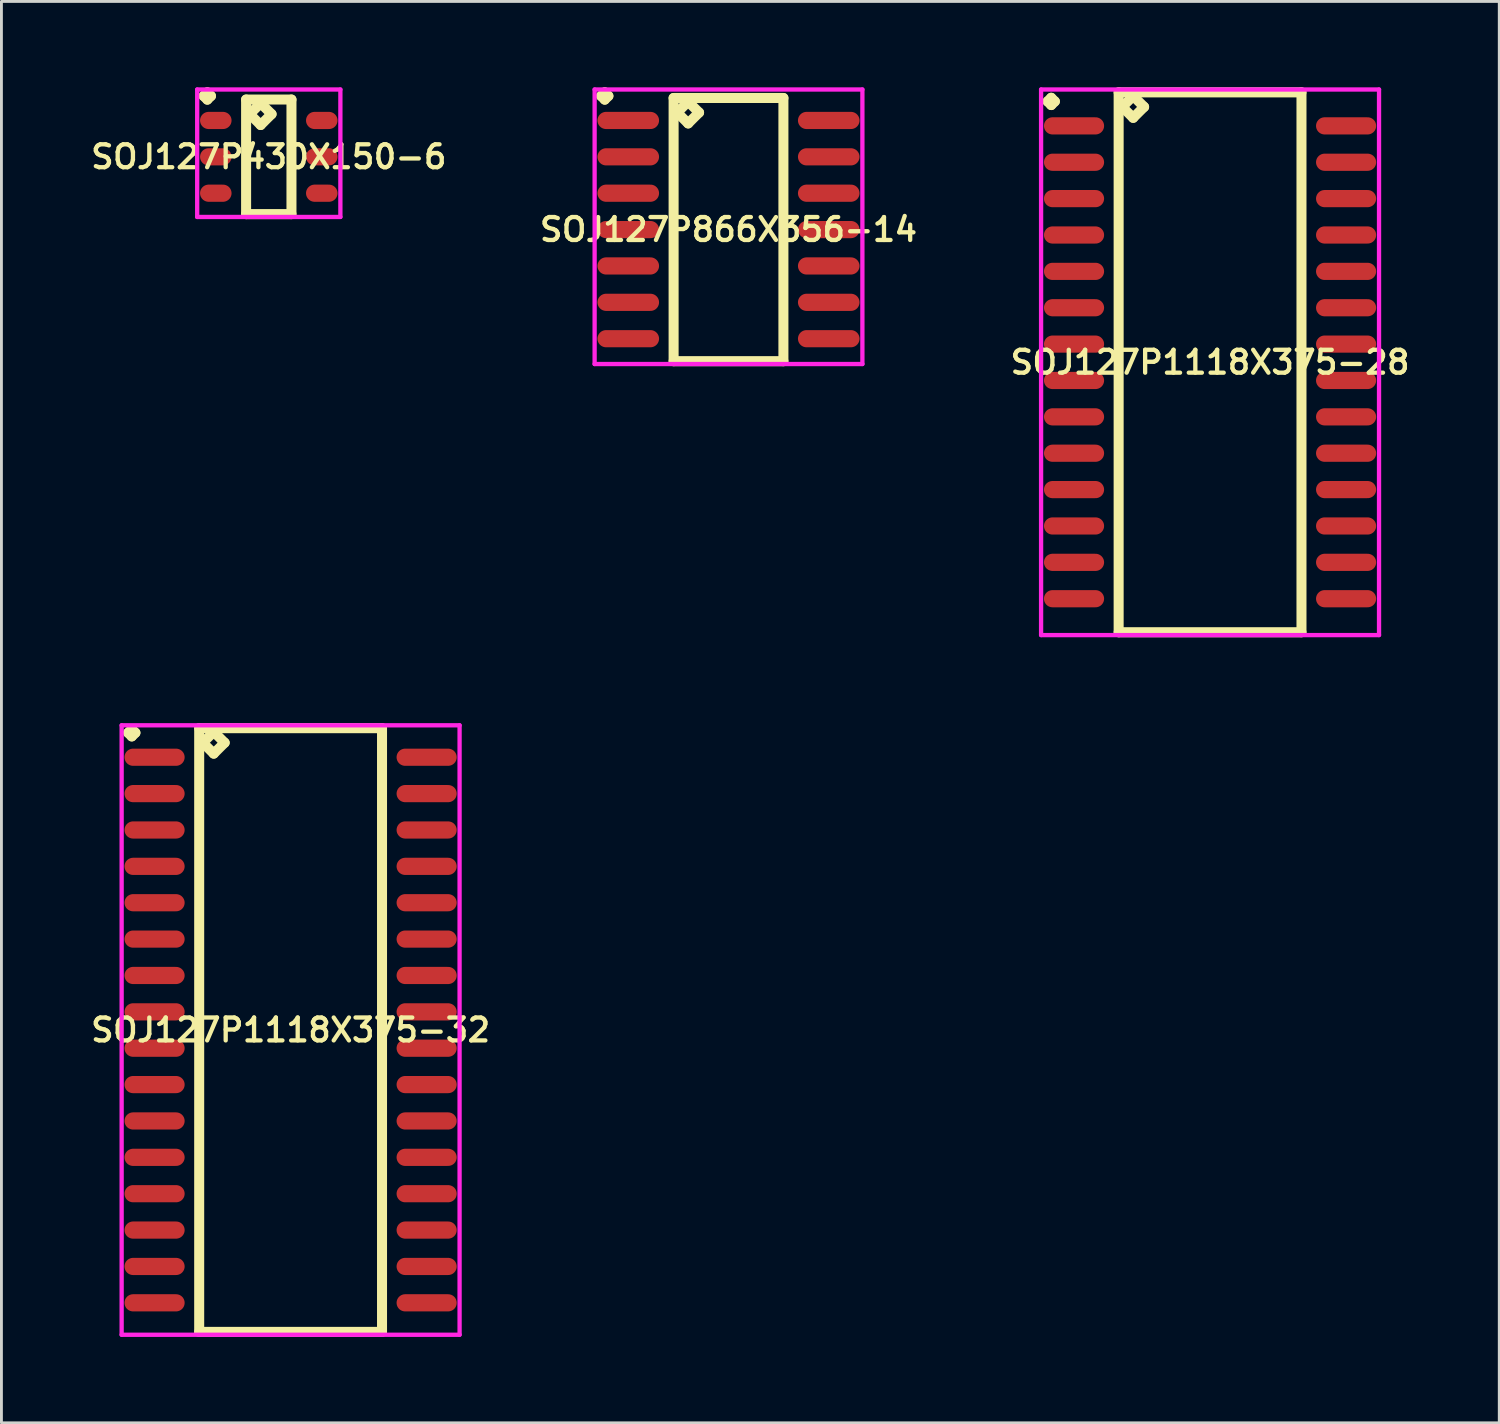
<source format=kicad_pcb>
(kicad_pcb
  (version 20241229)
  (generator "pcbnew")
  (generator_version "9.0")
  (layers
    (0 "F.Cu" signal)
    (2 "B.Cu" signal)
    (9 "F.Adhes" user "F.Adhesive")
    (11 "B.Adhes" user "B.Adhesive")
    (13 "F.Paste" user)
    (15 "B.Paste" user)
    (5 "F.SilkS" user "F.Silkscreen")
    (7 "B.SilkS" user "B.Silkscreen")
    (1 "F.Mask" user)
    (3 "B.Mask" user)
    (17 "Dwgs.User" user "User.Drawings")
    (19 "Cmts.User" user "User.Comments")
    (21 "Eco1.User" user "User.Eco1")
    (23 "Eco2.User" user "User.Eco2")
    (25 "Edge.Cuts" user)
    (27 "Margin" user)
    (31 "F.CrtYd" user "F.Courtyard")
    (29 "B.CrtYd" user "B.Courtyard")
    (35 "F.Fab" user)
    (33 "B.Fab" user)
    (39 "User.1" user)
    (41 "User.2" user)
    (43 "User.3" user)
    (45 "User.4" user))
  (footprint "SOJ127P430X150-6"
    (layer "F.Cu")
    (at 6.335 2.426)
    (property "Reference" "SOJ127P430X150-6" (at 0 0 0) (layer "F.SilkS") (effects (font (size 0.8 0.8) (thickness 0.15))))
    (attr smd)
    (fp_line (start -2.273 -2.124) (end -2.146 -2.251) (stroke (width 0.35) (type solid)) (layer "F.SilkS"))
    (fp_line (start -2.146 -2.251) (end -2.019 -2.124) (stroke (width 0.35) (type solid)) (layer "F.SilkS"))
    (fp_line (start -2.146 -1.997) (end -2.273 -2.124) (stroke (width 0.35) (type solid)) (layer "F.SilkS"))
    (fp_line (start -2.019 -2.124) (end -2.146 -1.997) (stroke (width 0.35) (type solid)) (layer "F.SilkS"))
    (fp_line (start -0.792 -2) (end -0.792 2) (stroke (width 0.35) (type solid)) (layer "F.SilkS"))
    (fp_line (start -0.792 2) (end 0.792 2) (stroke (width 0.35) (type solid)) (layer "F.SilkS"))
    (fp_line (start -0.665 -1.492) (end -0.284 -1.873) (stroke (width 0.35) (type solid)) (layer "F.SilkS"))
    (fp_line (start -0.284 -1.873) (end 0.097 -1.492) (stroke (width 0.35) (type solid)) (layer "F.SilkS"))
    (fp_line (start -0.284 -1.111) (end -0.665 -1.492) (stroke (width 0.35) (type solid)) (layer "F.SilkS"))
    (fp_line (start 0.097 -1.492) (end -0.284 -1.111) (stroke (width 0.35) (type solid)) (layer "F.SilkS"))
    (fp_line (start 0.792 -2) (end -0.792 -2) (stroke (width 0.35) (type solid)) (layer "F.SilkS"))
    (fp_line (start 0.792 2) (end 0.792 -2) (stroke (width 0.35) (type solid)) (layer "F.SilkS"))
    (fp_line (start -2.5 -2.351) (end 2.5 -2.351) (stroke (width 0.15) (type solid)) (layer "F.CrtYd"))
    (fp_line (start -2.5 2.1) (end -2.5 -2.351) (stroke (width 0.15) (type solid)) (layer "F.CrtYd"))
    (fp_line (start 2.5 -2.351) (end 2.5 2.1) (stroke (width 0.15) (type solid)) (layer "F.CrtYd"))
    (fp_line (start 2.5 2.1) (end -2.5 2.1) (stroke (width 0.15) (type solid)) (layer "F.CrtYd"))
    (pad "1" smd oval (at -1.85 -1.27) (size 1.1 0.6) (layers "F.Cu" "F.Mask" "F.Paste"))
    (pad "2" smd oval (at -1.85 0) (size 1.1 0.6) (layers "F.Cu" "F.Mask" "F.Paste"))
    (pad "3" smd oval (at -1.85 1.27) (size 1.1 0.6) (layers "F.Cu" "F.Mask" "F.Paste"))
    (pad "4" smd oval (at 1.85 1.27) (size 1.1 0.6) (layers "F.Cu" "F.Mask" "F.Paste"))
    (pad "5" smd oval (at 1.85 0) (size 1.1 0.6) (layers "F.Cu" "F.Mask" "F.Paste"))
    (pad "6" smd oval (at 1.85 -1.27) (size 1.1 0.6) (layers "F.Cu" "F.Mask" "F.Paste")))
  (footprint "SOJ127P866X356-14"
    (layer "F.Cu")
    (at 22.387 4.966)
    (property "Reference" "SOJ127P866X356-14" (at 0 0 0) (layer "F.SilkS") (effects (font (size 0.8 0.8) (thickness 0.15))))
    (attr smd)
    (fp_line (start -4.448 -4.664) (end -4.321 -4.791) (stroke (width 0.35) (type solid)) (layer "F.SilkS"))
    (fp_line (start -4.321 -4.791) (end -4.194 -4.664) (stroke (width 0.35) (type solid)) (layer "F.SilkS"))
    (fp_line (start -4.321 -4.537) (end -4.448 -4.664) (stroke (width 0.35) (type solid)) (layer "F.SilkS"))
    (fp_line (start -4.194 -4.664) (end -4.321 -4.537) (stroke (width 0.35) (type solid)) (layer "F.SilkS"))
    (fp_line (start -1.917 -4.595) (end -1.917 4.595) (stroke (width 0.35) (type solid)) (layer "F.SilkS"))
    (fp_line (start -1.917 4.595) (end 1.917 4.595) (stroke (width 0.35) (type solid)) (layer "F.SilkS"))
    (fp_line (start -1.79 -4.087) (end -1.409 -4.468) (stroke (width 0.35) (type solid)) (layer "F.SilkS"))
    (fp_line (start -1.409 -4.468) (end -1.028 -4.087) (stroke (width 0.35) (type solid)) (layer "F.SilkS"))
    (fp_line (start -1.409 -3.706) (end -1.79 -4.087) (stroke (width 0.35) (type solid)) (layer "F.SilkS"))
    (fp_line (start -1.028 -4.087) (end -1.409 -3.706) (stroke (width 0.35) (type solid)) (layer "F.SilkS"))
    (fp_line (start 1.917 -4.595) (end -1.917 -4.595) (stroke (width 0.35) (type solid)) (layer "F.SilkS"))
    (fp_line (start 1.917 4.595) (end 1.917 -4.595) (stroke (width 0.35) (type solid)) (layer "F.SilkS"))
    (fp_line (start -4.675 -4.891) (end 4.675 -4.891) (stroke (width 0.15) (type solid)) (layer "F.CrtYd"))
    (fp_line (start -4.675 4.695) (end -4.675 -4.891) (stroke (width 0.15) (type solid)) (layer "F.CrtYd"))
    (fp_line (start 4.675 -4.891) (end 4.675 4.695) (stroke (width 0.15) (type solid)) (layer "F.CrtYd"))
    (fp_line (start 4.675 4.695) (end -4.675 4.695) (stroke (width 0.15) (type solid)) (layer "F.CrtYd"))
    (pad "1" smd oval (at -3.5 -3.81) (size 2.15 0.6) (layers "F.Cu" "F.Mask" "F.Paste"))
    (pad "2" smd oval (at -3.5 -2.54) (size 2.15 0.6) (layers "F.Cu" "F.Mask" "F.Paste"))
    (pad "3" smd oval (at -3.5 -1.27) (size 2.15 0.6) (layers "F.Cu" "F.Mask" "F.Paste"))
    (pad "4" smd oval (at -3.5 0) (size 2.15 0.6) (layers "F.Cu" "F.Mask" "F.Paste"))
    (pad "5" smd oval (at -3.5 1.27) (size 2.15 0.6) (layers "F.Cu" "F.Mask" "F.Paste"))
    (pad "6" smd oval (at -3.5 2.54) (size 2.15 0.6) (layers "F.Cu" "F.Mask" "F.Paste"))
    (pad "7" smd oval (at -3.5 3.81) (size 2.15 0.6) (layers "F.Cu" "F.Mask" "F.Paste"))
    (pad "8" smd oval (at 3.5 3.81) (size 2.15 0.6) (layers "F.Cu" "F.Mask" "F.Paste"))
    (pad "9" smd oval (at 3.5 2.54) (size 2.15 0.6) (layers "F.Cu" "F.Mask" "F.Paste"))
    (pad "10" smd oval (at 3.5 1.27) (size 2.15 0.6) (layers "F.Cu" "F.Mask" "F.Paste"))
    (pad "11" smd oval (at 3.5 0) (size 2.15 0.6) (layers "F.Cu" "F.Mask" "F.Paste"))
    (pad "12" smd oval (at 3.5 -1.27) (size 2.15 0.6) (layers "F.Cu" "F.Mask" "F.Paste"))
    (pad "13" smd oval (at 3.5 -2.54) (size 2.15 0.6) (layers "F.Cu" "F.Mask" "F.Paste"))
    (pad "14" smd oval (at 3.5 -3.81) (size 2.15 0.6) (layers "F.Cu" "F.Mask" "F.Paste")))
  (footprint "SOJ127P1118X375-28"
    (layer "F.Cu")
    (at 39.201 9.6)
    (property "Reference" "SOJ127P1118X375-28" (at 0 0 0) (layer "F.SilkS") (effects (font (size 0.8 0.8) (thickness 0.15))))
    (attr smd)
    (fp_line (start -5.673 -9.109) (end -5.546 -9.236) (stroke (width 0.35) (type solid)) (layer "F.SilkS"))
    (fp_line (start -5.546 -9.236) (end -5.419 -9.109) (stroke (width 0.35) (type solid)) (layer "F.SilkS"))
    (fp_line (start -5.546 -8.982) (end -5.673 -9.109) (stroke (width 0.35) (type solid)) (layer "F.SilkS"))
    (fp_line (start -5.419 -9.109) (end -5.546 -8.982) (stroke (width 0.35) (type solid)) (layer "F.SilkS"))
    (fp_line (start -3.192 -9.425) (end -3.192 9.425) (stroke (width 0.35) (type solid)) (layer "F.SilkS"))
    (fp_line (start -3.192 9.425) (end 3.192 9.425) (stroke (width 0.35) (type solid)) (layer "F.SilkS"))
    (fp_line (start -3.065 -8.917) (end -2.684 -9.298) (stroke (width 0.35) (type solid)) (layer "F.SilkS"))
    (fp_line (start -2.684 -9.298) (end -2.303 -8.917) (stroke (width 0.35) (type solid)) (layer "F.SilkS"))
    (fp_line (start -2.684 -8.536) (end -3.065 -8.917) (stroke (width 0.35) (type solid)) (layer "F.SilkS"))
    (fp_line (start -2.303 -8.917) (end -2.684 -8.536) (stroke (width 0.35) (type solid)) (layer "F.SilkS"))
    (fp_line (start 3.192 -9.425) (end -3.192 -9.425) (stroke (width 0.35) (type solid)) (layer "F.SilkS"))
    (fp_line (start 3.192 9.425) (end 3.192 -9.425) (stroke (width 0.35) (type solid)) (layer "F.SilkS"))
    (fp_line (start -5.9 -9.525) (end 5.9 -9.525) (stroke (width 0.15) (type solid)) (layer "F.CrtYd"))
    (fp_line (start -5.9 9.525) (end -5.9 -9.525) (stroke (width 0.15) (type solid)) (layer "F.CrtYd"))
    (fp_line (start 5.9 -9.525) (end 5.9 9.525) (stroke (width 0.15) (type solid)) (layer "F.CrtYd"))
    (fp_line (start 5.9 9.525) (end -5.9 9.525) (stroke (width 0.15) (type solid)) (layer "F.CrtYd"))
    (pad "1" smd oval (at -4.75 -8.255) (size 2.1 0.6) (layers "F.Cu" "F.Mask" "F.Paste"))
    (pad "2" smd oval (at -4.75 -6.985) (size 2.1 0.6) (layers "F.Cu" "F.Mask" "F.Paste"))
    (pad "3" smd oval (at -4.75 -5.715) (size 2.1 0.6) (layers "F.Cu" "F.Mask" "F.Paste"))
    (pad "4" smd oval (at -4.75 -4.445) (size 2.1 0.6) (layers "F.Cu" "F.Mask" "F.Paste"))
    (pad "5" smd oval (at -4.75 -3.175) (size 2.1 0.6) (layers "F.Cu" "F.Mask" "F.Paste"))
    (pad "6" smd oval (at -4.75 -1.905) (size 2.1 0.6) (layers "F.Cu" "F.Mask" "F.Paste"))
    (pad "7" smd oval (at -4.75 -0.635) (size 2.1 0.6) (layers "F.Cu" "F.Mask" "F.Paste"))
    (pad "8" smd oval (at -4.75 0.635) (size 2.1 0.6) (layers "F.Cu" "F.Mask" "F.Paste"))
    (pad "9" smd oval (at -4.75 1.905) (size 2.1 0.6) (layers "F.Cu" "F.Mask" "F.Paste"))
    (pad "10" smd oval (at -4.75 3.175) (size 2.1 0.6) (layers "F.Cu" "F.Mask" "F.Paste"))
    (pad "11" smd oval (at -4.75 4.445) (size 2.1 0.6) (layers "F.Cu" "F.Mask" "F.Paste"))
    (pad "12" smd oval (at -4.75 5.715) (size 2.1 0.6) (layers "F.Cu" "F.Mask" "F.Paste"))
    (pad "13" smd oval (at -4.75 6.985) (size 2.1 0.6) (layers "F.Cu" "F.Mask" "F.Paste"))
    (pad "14" smd oval (at -4.75 8.255) (size 2.1 0.6) (layers "F.Cu" "F.Mask" "F.Paste"))
    (pad "15" smd oval (at 4.75 8.255) (size 2.1 0.6) (layers "F.Cu" "F.Mask" "F.Paste"))
    (pad "16" smd oval (at 4.75 6.985) (size 2.1 0.6) (layers "F.Cu" "F.Mask" "F.Paste"))
    (pad "17" smd oval (at 4.75 5.715) (size 2.1 0.6) (layers "F.Cu" "F.Mask" "F.Paste"))
    (pad "18" smd oval (at 4.75 4.445) (size 2.1 0.6) (layers "F.Cu" "F.Mask" "F.Paste"))
    (pad "19" smd oval (at 4.75 3.175) (size 2.1 0.6) (layers "F.Cu" "F.Mask" "F.Paste"))
    (pad "20" smd oval (at 4.75 1.905) (size 2.1 0.6) (layers "F.Cu" "F.Mask" "F.Paste"))
    (pad "21" smd oval (at 4.75 0.635) (size 2.1 0.6) (layers "F.Cu" "F.Mask" "F.Paste"))
    (pad "22" smd oval (at 4.75 -0.635) (size 2.1 0.6) (layers "F.Cu" "F.Mask" "F.Paste"))
    (pad "23" smd oval (at 4.75 -1.905) (size 2.1 0.6) (layers "F.Cu" "F.Mask" "F.Paste"))
    (pad "24" smd oval (at 4.75 -3.175) (size 2.1 0.6) (layers "F.Cu" "F.Mask" "F.Paste"))
    (pad "25" smd oval (at 4.75 -4.445) (size 2.1 0.6) (layers "F.Cu" "F.Mask" "F.Paste"))
    (pad "26" smd oval (at 4.75 -5.715) (size 2.1 0.6) (layers "F.Cu" "F.Mask" "F.Paste"))
    (pad "27" smd oval (at 4.75 -6.985) (size 2.1 0.6) (layers "F.Cu" "F.Mask" "F.Paste"))
    (pad "28" smd oval (at 4.75 -8.255) (size 2.1 0.6) (layers "F.Cu" "F.Mask" "F.Paste")))
  (footprint "SOJ127P1118X375-32"
    (layer "F.Cu")
    (at 7.097 32.915)
    (property "Reference" "SOJ127P1118X375-32" (at 0 0 0) (layer "F.SilkS") (effects (font (size 0.8 0.8) (thickness 0.15))))
    (attr smd)
    (fp_line (start -5.673 -10.379) (end -5.546 -10.506) (stroke (width 0.35) (type solid)) (layer "F.SilkS"))
    (fp_line (start -5.546 -10.506) (end -5.419 -10.379) (stroke (width 0.35) (type solid)) (layer "F.SilkS"))
    (fp_line (start -5.546 -10.252) (end -5.673 -10.379) (stroke (width 0.35) (type solid)) (layer "F.SilkS"))
    (fp_line (start -5.419 -10.379) (end -5.546 -10.252) (stroke (width 0.35) (type solid)) (layer "F.SilkS"))
    (fp_line (start -3.192 -10.54) (end -3.192 10.54) (stroke (width 0.35) (type solid)) (layer "F.SilkS"))
    (fp_line (start -3.192 10.54) (end 3.192 10.54) (stroke (width 0.35) (type solid)) (layer "F.SilkS"))
    (fp_line (start -3.065 -10.032) (end -2.684 -10.413) (stroke (width 0.35) (type solid)) (layer "F.SilkS"))
    (fp_line (start -2.684 -10.413) (end -2.303 -10.032) (stroke (width 0.35) (type solid)) (layer "F.SilkS"))
    (fp_line (start -2.684 -9.651) (end -3.065 -10.032) (stroke (width 0.35) (type solid)) (layer "F.SilkS"))
    (fp_line (start -2.303 -10.032) (end -2.684 -9.651) (stroke (width 0.35) (type solid)) (layer "F.SilkS"))
    (fp_line (start 3.192 -10.54) (end -3.192 -10.54) (stroke (width 0.35) (type solid)) (layer "F.SilkS"))
    (fp_line (start 3.192 10.54) (end 3.192 -10.54) (stroke (width 0.35) (type solid)) (layer "F.SilkS"))
    (fp_line (start -5.9 -10.64) (end 5.9 -10.64) (stroke (width 0.15) (type solid)) (layer "F.CrtYd"))
    (fp_line (start -5.9 10.64) (end -5.9 -10.64) (stroke (width 0.15) (type solid)) (layer "F.CrtYd"))
    (fp_line (start 5.9 -10.64) (end 5.9 10.64) (stroke (width 0.15) (type solid)) (layer "F.CrtYd"))
    (fp_line (start 5.9 10.64) (end -5.9 10.64) (stroke (width 0.15) (type solid)) (layer "F.CrtYd"))
    (pad "1" smd oval (at -4.75 -9.525) (size 2.1 0.6) (layers "F.Cu" "F.Mask" "F.Paste"))
    (pad "2" smd oval (at -4.75 -8.255) (size 2.1 0.6) (layers "F.Cu" "F.Mask" "F.Paste"))
    (pad "3" smd oval (at -4.75 -6.985) (size 2.1 0.6) (layers "F.Cu" "F.Mask" "F.Paste"))
    (pad "4" smd oval (at -4.75 -5.715) (size 2.1 0.6) (layers "F.Cu" "F.Mask" "F.Paste"))
    (pad "5" smd oval (at -4.75 -4.445) (size 2.1 0.6) (layers "F.Cu" "F.Mask" "F.Paste"))
    (pad "6" smd oval (at -4.75 -3.175) (size 2.1 0.6) (layers "F.Cu" "F.Mask" "F.Paste"))
    (pad "7" smd oval (at -4.75 -1.905) (size 2.1 0.6) (layers "F.Cu" "F.Mask" "F.Paste"))
    (pad "8" smd oval (at -4.75 -0.635) (size 2.1 0.6) (layers "F.Cu" "F.Mask" "F.Paste"))
    (pad "9" smd oval (at -4.75 0.635) (size 2.1 0.6) (layers "F.Cu" "F.Mask" "F.Paste"))
    (pad "10" smd oval (at -4.75 1.905) (size 2.1 0.6) (layers "F.Cu" "F.Mask" "F.Paste"))
    (pad "11" smd oval (at -4.75 3.175) (size 2.1 0.6) (layers "F.Cu" "F.Mask" "F.Paste"))
    (pad "12" smd oval (at -4.75 4.445) (size 2.1 0.6) (layers "F.Cu" "F.Mask" "F.Paste"))
    (pad "13" smd oval (at -4.75 5.715) (size 2.1 0.6) (layers "F.Cu" "F.Mask" "F.Paste"))
    (pad "14" smd oval (at -4.75 6.985) (size 2.1 0.6) (layers "F.Cu" "F.Mask" "F.Paste"))
    (pad "15" smd oval (at -4.75 8.255) (size 2.1 0.6) (layers "F.Cu" "F.Mask" "F.Paste"))
    (pad "16" smd oval (at -4.75 9.525) (size 2.1 0.6) (layers "F.Cu" "F.Mask" "F.Paste"))
    (pad "17" smd oval (at 4.75 9.525) (size 2.1 0.6) (layers "F.Cu" "F.Mask" "F.Paste"))
    (pad "18" smd oval (at 4.75 8.255) (size 2.1 0.6) (layers "F.Cu" "F.Mask" "F.Paste"))
    (pad "19" smd oval (at 4.75 6.985) (size 2.1 0.6) (layers "F.Cu" "F.Mask" "F.Paste"))
    (pad "20" smd oval (at 4.75 5.715) (size 2.1 0.6) (layers "F.Cu" "F.Mask" "F.Paste"))
    (pad "21" smd oval (at 4.75 4.445) (size 2.1 0.6) (layers "F.Cu" "F.Mask" "F.Paste"))
    (pad "22" smd oval (at 4.75 3.175) (size 2.1 0.6) (layers "F.Cu" "F.Mask" "F.Paste"))
    (pad "23" smd oval (at 4.75 1.905) (size 2.1 0.6) (layers "F.Cu" "F.Mask" "F.Paste"))
    (pad "24" smd oval (at 4.75 0.635) (size 2.1 0.6) (layers "F.Cu" "F.Mask" "F.Paste"))
    (pad "25" smd oval (at 4.75 -0.635) (size 2.1 0.6) (layers "F.Cu" "F.Mask" "F.Paste"))
    (pad "26" smd oval (at 4.75 -1.905) (size 2.1 0.6) (layers "F.Cu" "F.Mask" "F.Paste"))
    (pad "27" smd oval (at 4.75 -3.175) (size 2.1 0.6) (layers "F.Cu" "F.Mask" "F.Paste"))
    (pad "28" smd oval (at 4.75 -4.445) (size 2.1 0.6) (layers "F.Cu" "F.Mask" "F.Paste"))
    (pad "29" smd oval (at 4.75 -5.715) (size 2.1 0.6) (layers "F.Cu" "F.Mask" "F.Paste"))
    (pad "30" smd oval (at 4.75 -6.985) (size 2.1 0.6) (layers "F.Cu" "F.Mask" "F.Paste"))
    (pad "31" smd oval (at 4.75 -8.255) (size 2.1 0.6) (layers "F.Cu" "F.Mask" "F.Paste"))
    (pad "32" smd oval (at 4.75 -9.525) (size 2.1 0.6) (layers "F.Cu" "F.Mask" "F.Paste")))
  (gr_rect
    (start -3 -3)
    (end 49.299 46.63)
    (stroke (width 0.1) (type default))
    (fill no)
    (layer "Edge.Cuts")))
</source>
